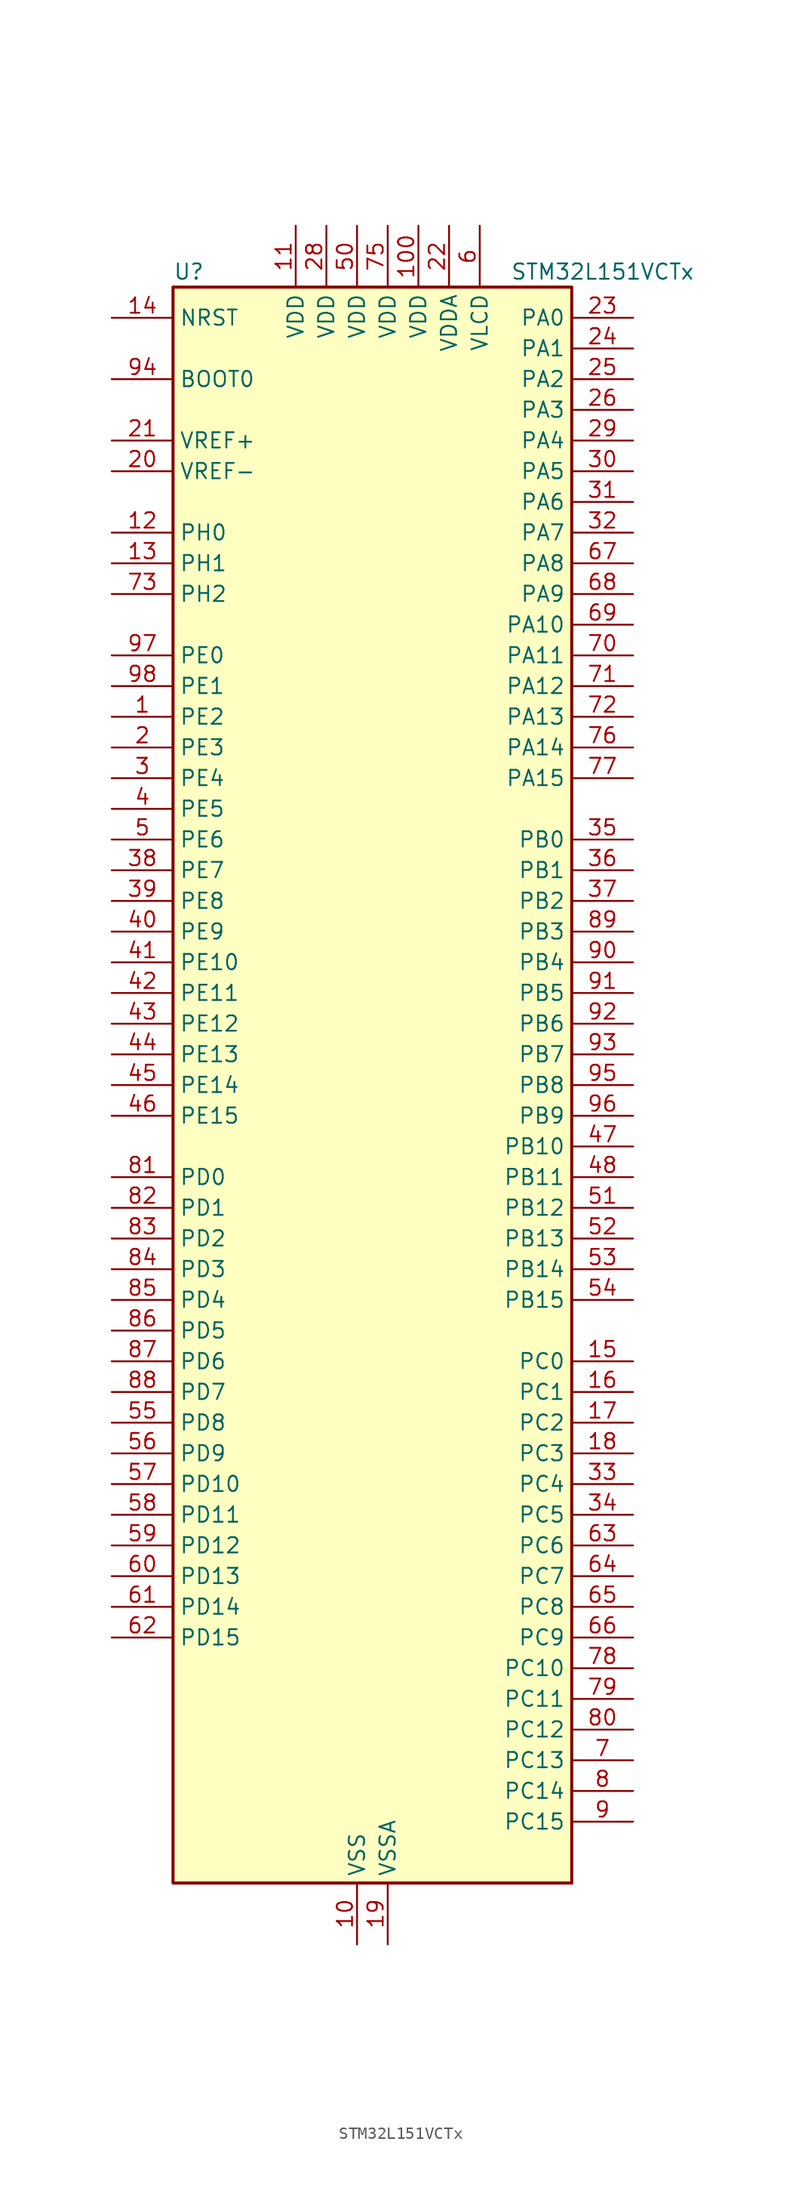
<source format=kicad_sym>
(kicad_symbol_lib
  (version 20220914)
  (generator kicad_symbol_editor)
  (symbol "STM32L151VCTx"
    (property "Reference" "U"
      (at -15.24 67.31 0)
      (effects (font (size 1.27 1.27)) (justify left)))
    (property "Value" "STM32L151VCTx"
      (at 12.7 67.31 0)
      (effects (font (size 1.27 1.27)) (justify left)))
    (property "ki_locked" ""
      (at 0 0 0)
      (effects (font (size 1.27 1.27))))
    (symbol "STM32L151VCTx_0_1"
      (rectangle (start -15.24 -66.04) (end 17.78 66.04) (stroke (width 0.254) (type default)) (fill (type background))))
    (symbol "STM32L151VCTx_1_1"
      (pin bidirectional line (at -20.32 30.48 0) (length 5.08) (name "PE2" (effects (font (size 1.27 1.27)))) (number "1" (effects (font (size 1.27 1.27)))) (alternate "SYS_TRACECK" bidirectional line) (alternate "TIM3_ETR" bidirectional line) (alternate "TIMX_IC3" bidirectional line))
      (pin power_in line (at 0 -71.12 90) (length 5.08) (name "VSS" (effects (font (size 1.27 1.27)))) (number "10" (effects (font (size 1.27 1.27)))))
      (pin power_in line (at 5.08 71.12 270) (length 5.08) (name "VDD" (effects (font (size 1.27 1.27)))) (number "100" (effects (font (size 1.27 1.27)))))
      (pin power_in line (at -5.08 71.12 270) (length 5.08) (name "VDD" (effects (font (size 1.27 1.27)))) (number "11" (effects (font (size 1.27 1.27)))))
      (pin bidirectional line (at -20.32 45.72 0) (length 5.08) (name "PH0" (effects (font (size 1.27 1.27)))) (number "12" (effects (font (size 1.27 1.27)))) (alternate "RCC_OSC_IN" bidirectional line))
      (pin bidirectional line (at -20.32 43.18 0) (length 5.08) (name "PH1" (effects (font (size 1.27 1.27)))) (number "13" (effects (font (size 1.27 1.27)))) (alternate "RCC_OSC_OUT" bidirectional line))
      (pin input line (at -20.32 63.5 0) (length 5.08) (name "NRST" (effects (font (size 1.27 1.27)))) (number "14" (effects (font (size 1.27 1.27)))))
      (pin bidirectional line (at 22.86 -22.86 180) (length 5.08) (name "PC0" (effects (font (size 1.27 1.27)))) (number "15" (effects (font (size 1.27 1.27)))) (alternate "ADC_IN10" bidirectional line) (alternate "COMP1_INP" bidirectional line) (alternate "TIMX_IC1" bidirectional line) (alternate "TS_G8_IO1" bidirectional line))
      (pin bidirectional line (at 22.86 -25.4 180) (length 5.08) (name "PC1" (effects (font (size 1.27 1.27)))) (number "16" (effects (font (size 1.27 1.27)))) (alternate "ADC_IN11" bidirectional line) (alternate "COMP1_INP" bidirectional line) (alternate "TIMX_IC2" bidirectional line) (alternate "TS_G8_IO2" bidirectional line))
      (pin bidirectional line (at 22.86 -27.94 180) (length 5.08) (name "PC2" (effects (font (size 1.27 1.27)))) (number "17" (effects (font (size 1.27 1.27)))) (alternate "ADC_IN12" bidirectional line) (alternate "COMP1_INP" bidirectional line) (alternate "TIMX_IC3" bidirectional line) (alternate "TS_G8_IO3" bidirectional line))
      (pin bidirectional line (at 22.86 -30.48 180) (length 5.08) (name "PC3" (effects (font (size 1.27 1.27)))) (number "18" (effects (font (size 1.27 1.27)))) (alternate "ADC_IN13" bidirectional line) (alternate "COMP1_INP" bidirectional line) (alternate "TIMX_IC4" bidirectional line) (alternate "TS_G8_IO4" bidirectional line))
      (pin power_in line (at 2.54 -71.12 90) (length 5.08) (name "VSSA" (effects (font (size 1.27 1.27)))) (number "19" (effects (font (size 1.27 1.27)))))
      (pin bidirectional line (at -20.32 27.94 0) (length 5.08) (name "PE3" (effects (font (size 1.27 1.27)))) (number "2" (effects (font (size 1.27 1.27)))) (alternate "SYS_TRACED0" bidirectional line) (alternate "TIM3_CH1" bidirectional line) (alternate "TIMX_IC4" bidirectional line))
      (pin input line (at -20.32 50.8 0) (length 5.08) (name "VREF-" (effects (font (size 1.27 1.27)))) (number "20" (effects (font (size 1.27 1.27)))))
      (pin input line (at -20.32 53.34 0) (length 5.08) (name "VREF+" (effects (font (size 1.27 1.27)))) (number "21" (effects (font (size 1.27 1.27)))))
      (pin power_in line (at 7.62 71.12 270) (length 5.08) (name "VDDA" (effects (font (size 1.27 1.27)))) (number "22" (effects (font (size 1.27 1.27)))))
      (pin bidirectional line (at 22.86 63.5 180) (length 5.08) (name "PA0" (effects (font (size 1.27 1.27)))) (number "23" (effects (font (size 1.27 1.27)))) (alternate "ADC_IN0" bidirectional line) (alternate "COMP1_INP" bidirectional line) (alternate "RTC_TAMP2" bidirectional line) (alternate "SYS_WKUP1" bidirectional line) (alternate "TIM2_CH1" bidirectional line) (alternate "TIM2_ETR" bidirectional line) (alternate "TIM5_CH1" bidirectional line) (alternate "TIMX_IC1" bidirectional line) (alternate "TS_G1_IO1" bidirectional line) (alternate "USART2_CTS" bidirectional line))
      (pin bidirectional line (at 22.86 60.96 180) (length 5.08) (name "PA1" (effects (font (size 1.27 1.27)))) (number "24" (effects (font (size 1.27 1.27)))) (alternate "ADC_IN1" bidirectional line) (alternate "COMP1_INP" bidirectional line) (alternate "OPAMP1_VINP" bidirectional line) (alternate "TIM2_CH2" bidirectional line) (alternate "TIM5_CH2" bidirectional line) (alternate "TIMX_IC2" bidirectional line) (alternate "TS_G1_IO2" bidirectional line) (alternate "USART2_RTS" bidirectional line))
      (pin bidirectional line (at 22.86 58.42 180) (length 5.08) (name "PA2" (effects (font (size 1.27 1.27)))) (number "25" (effects (font (size 1.27 1.27)))) (alternate "ADC_IN2" bidirectional line) (alternate "COMP1_INP" bidirectional line) (alternate "OPAMP1_VINM" bidirectional line) (alternate "TIM2_CH3" bidirectional line) (alternate "TIM5_CH3" bidirectional line) (alternate "TIM9_CH1" bidirectional line) (alternate "TIMX_IC3" bidirectional line) (alternate "TS_G1_IO3" bidirectional line) (alternate "USART2_TX" bidirectional line))
      (pin bidirectional line (at 22.86 55.88 180) (length 5.08) (name "PA3" (effects (font (size 1.27 1.27)))) (number "26" (effects (font (size 1.27 1.27)))) (alternate "ADC_IN3" bidirectional line) (alternate "COMP1_INP" bidirectional line) (alternate "OPAMP1_VOUT" bidirectional line) (alternate "TIM2_CH4" bidirectional line) (alternate "TIM5_CH4" bidirectional line) (alternate "TIM9_CH2" bidirectional line) (alternate "TIMX_IC4" bidirectional line) (alternate "TS_G1_IO4" bidirectional line) (alternate "USART2_RX" bidirectional line))
      (pin passive line (at 0 -71.12 90) (length 5.08) hide (name "VSS" (effects (font (size 1.27 1.27)))) (number "27" (effects (font (size 1.27 1.27)))))
      (pin power_in line (at -2.54 71.12 270) (length 5.08) (name "VDD" (effects (font (size 1.27 1.27)))) (number "28" (effects (font (size 1.27 1.27)))))
      (pin bidirectional line (at 22.86 53.34 180) (length 5.08) (name "PA4" (effects (font (size 1.27 1.27)))) (number "29" (effects (font (size 1.27 1.27)))) (alternate "ADC_IN4" bidirectional line) (alternate "COMP1_INP" bidirectional line) (alternate "DAC_OUT1" bidirectional line) (alternate "I2S3_WS" bidirectional line) (alternate "SPI1_NSS" bidirectional line) (alternate "SPI3_NSS" bidirectional line) (alternate "TIMX_IC1" bidirectional line) (alternate "USART2_CK" bidirectional line))
      (pin bidirectional line (at -20.32 25.4 0) (length 5.08) (name "PE4" (effects (font (size 1.27 1.27)))) (number "3" (effects (font (size 1.27 1.27)))) (alternate "SYS_TRACED1" bidirectional line) (alternate "TIM3_CH2" bidirectional line) (alternate "TIMX_IC1" bidirectional line))
      (pin bidirectional line (at 22.86 50.8 180) (length 5.08) (name "PA5" (effects (font (size 1.27 1.27)))) (number "30" (effects (font (size 1.27 1.27)))) (alternate "ADC_IN5" bidirectional line) (alternate "COMP1_INP" bidirectional line) (alternate "DAC_OUT2" bidirectional line) (alternate "SPI1_SCK" bidirectional line) (alternate "TIM2_CH1" bidirectional line) (alternate "TIM2_ETR" bidirectional line) (alternate "TIMX_IC2" bidirectional line))
      (pin bidirectional line (at 22.86 48.26 180) (length 5.08) (name "PA6" (effects (font (size 1.27 1.27)))) (number "31" (effects (font (size 1.27 1.27)))) (alternate "ADC_IN6" bidirectional line) (alternate "COMP1_INP" bidirectional line) (alternate "OPAMP2_VINP" bidirectional line) (alternate "SPI1_MISO" bidirectional line) (alternate "TIM10_CH1" bidirectional line) (alternate "TIM3_CH1" bidirectional line) (alternate "TIMX_IC3" bidirectional line) (alternate "TS_G2_IO1" bidirectional line))
      (pin bidirectional line (at 22.86 45.72 180) (length 5.08) (name "PA7" (effects (font (size 1.27 1.27)))) (number "32" (effects (font (size 1.27 1.27)))) (alternate "ADC_IN7" bidirectional line) (alternate "COMP1_INP" bidirectional line) (alternate "OPAMP2_VINM" bidirectional line) (alternate "SPI1_MOSI" bidirectional line) (alternate "TIM11_CH1" bidirectional line) (alternate "TIM3_CH2" bidirectional line) (alternate "TIMX_IC4" bidirectional line) (alternate "TS_G2_IO2" bidirectional line))
      (pin bidirectional line (at 22.86 -33.02 180) (length 5.08) (name "PC4" (effects (font (size 1.27 1.27)))) (number "33" (effects (font (size 1.27 1.27)))) (alternate "ADC_IN14" bidirectional line) (alternate "COMP1_INP" bidirectional line) (alternate "TIMX_IC1" bidirectional line) (alternate "TS_G9_IO1" bidirectional line))
      (pin bidirectional line (at 22.86 -35.56 180) (length 5.08) (name "PC5" (effects (font (size 1.27 1.27)))) (number "34" (effects (font (size 1.27 1.27)))) (alternate "ADC_IN15" bidirectional line) (alternate "COMP1_INP" bidirectional line) (alternate "TIMX_IC2" bidirectional line) (alternate "TS_G9_IO2" bidirectional line))
      (pin bidirectional line (at 22.86 20.32 180) (length 5.08) (name "PB0" (effects (font (size 1.27 1.27)))) (number "35" (effects (font (size 1.27 1.27)))) (alternate "ADC_IN8" bidirectional line) (alternate "COMP1_INP" bidirectional line) (alternate "OPAMP2_VOUT" bidirectional line) (alternate "SYS_V_REF_OUT" bidirectional line) (alternate "TIM3_CH3" bidirectional line) (alternate "TS_G3_IO1" bidirectional line))
      (pin bidirectional line (at 22.86 17.78 180) (length 5.08) (name "PB1" (effects (font (size 1.27 1.27)))) (number "36" (effects (font (size 1.27 1.27)))) (alternate "ADC_IN9" bidirectional line) (alternate "COMP1_INP" bidirectional line) (alternate "SYS_V_REF_OUT" bidirectional line) (alternate "TIM3_CH4" bidirectional line) (alternate "TS_G3_IO2" bidirectional line))
      (pin bidirectional line (at 22.86 15.24 180) (length 5.08) (name "PB2" (effects (font (size 1.27 1.27)))) (number "37" (effects (font (size 1.27 1.27)))) (alternate "TS_G3_IO3" bidirectional line))
      (pin bidirectional line (at -20.32 17.78 0) (length 5.08) (name "PE7" (effects (font (size 1.27 1.27)))) (number "38" (effects (font (size 1.27 1.27)))) (alternate "ADC_IN22" bidirectional line) (alternate "COMP1_INP" bidirectional line) (alternate "TIMX_IC4" bidirectional line))
      (pin bidirectional line (at -20.32 15.24 0) (length 5.08) (name "PE8" (effects (font (size 1.27 1.27)))) (number "39" (effects (font (size 1.27 1.27)))) (alternate "ADC_IN23" bidirectional line) (alternate "COMP1_INP" bidirectional line) (alternate "TIMX_IC1" bidirectional line))
      (pin bidirectional line (at -20.32 22.86 0) (length 5.08) (name "PE5" (effects (font (size 1.27 1.27)))) (number "4" (effects (font (size 1.27 1.27)))) (alternate "SYS_TRACED2" bidirectional line) (alternate "TIM9_CH1" bidirectional line) (alternate "TIMX_IC2" bidirectional line))
      (pin bidirectional line (at -20.32 12.7 0) (length 5.08) (name "PE9" (effects (font (size 1.27 1.27)))) (number "40" (effects (font (size 1.27 1.27)))) (alternate "ADC_IN24" bidirectional line) (alternate "COMP1_INP" bidirectional line) (alternate "DAC_EXTI9" bidirectional line) (alternate "TIM2_CH1" bidirectional line) (alternate "TIM2_ETR" bidirectional line) (alternate "TIM5_ETR" bidirectional line) (alternate "TIMX_IC2" bidirectional line))
      (pin bidirectional line (at -20.32 10.16 0) (length 5.08) (name "PE10" (effects (font (size 1.27 1.27)))) (number "41" (effects (font (size 1.27 1.27)))) (alternate "ADC_IN25" bidirectional line) (alternate "COMP1_INP" bidirectional line) (alternate "TIM2_CH2" bidirectional line) (alternate "TIMX_IC3" bidirectional line))
      (pin bidirectional line (at -20.32 7.62 0) (length 5.08) (name "PE11" (effects (font (size 1.27 1.27)))) (number "42" (effects (font (size 1.27 1.27)))) (alternate "ADC_EXTI11" bidirectional line) (alternate "TIM2_CH3" bidirectional line) (alternate "TIMX_IC4" bidirectional line))
      (pin bidirectional line (at -20.32 5.08 0) (length 5.08) (name "PE12" (effects (font (size 1.27 1.27)))) (number "43" (effects (font (size 1.27 1.27)))) (alternate "SPI1_NSS" bidirectional line) (alternate "TIM2_CH4" bidirectional line) (alternate "TIMX_IC1" bidirectional line))
      (pin bidirectional line (at -20.32 2.54 0) (length 5.08) (name "PE13" (effects (font (size 1.27 1.27)))) (number "44" (effects (font (size 1.27 1.27)))) (alternate "SPI1_SCK" bidirectional line) (alternate "TIMX_IC2" bidirectional line))
      (pin bidirectional line (at -20.32 0 0) (length 5.08) (name "PE14" (effects (font (size 1.27 1.27)))) (number "45" (effects (font (size 1.27 1.27)))) (alternate "SPI1_MISO" bidirectional line) (alternate "TIMX_IC3" bidirectional line))
      (pin bidirectional line (at -20.32 -2.54 0) (length 5.08) (name "PE15" (effects (font (size 1.27 1.27)))) (number "46" (effects (font (size 1.27 1.27)))) (alternate "ADC_EXTI15" bidirectional line) (alternate "SPI1_MOSI" bidirectional line) (alternate "TIMX_IC4" bidirectional line))
      (pin bidirectional line (at 22.86 -5.08 180) (length 5.08) (name "PB10" (effects (font (size 1.27 1.27)))) (number "47" (effects (font (size 1.27 1.27)))) (alternate "I2C2_SCL" bidirectional line) (alternate "TIM2_CH3" bidirectional line) (alternate "USART3_TX" bidirectional line))
      (pin bidirectional line (at 22.86 -7.62 180) (length 5.08) (name "PB11" (effects (font (size 1.27 1.27)))) (number "48" (effects (font (size 1.27 1.27)))) (alternate "ADC_EXTI11" bidirectional line) (alternate "I2C2_SDA" bidirectional line) (alternate "TIM2_CH4" bidirectional line) (alternate "USART3_RX" bidirectional line))
      (pin passive line (at 0 -71.12 90) (length 5.08) hide (name "VSS" (effects (font (size 1.27 1.27)))) (number "49" (effects (font (size 1.27 1.27)))))
      (pin bidirectional line (at -20.32 20.32 0) (length 5.08) (name "PE6" (effects (font (size 1.27 1.27)))) (number "5" (effects (font (size 1.27 1.27)))) (alternate "RTC_TAMP3" bidirectional line) (alternate "SYS_TRACED3" bidirectional line) (alternate "SYS_WKUP3" bidirectional line) (alternate "TIM9_CH2" bidirectional line) (alternate "TIMX_IC3" bidirectional line))
      (pin power_in line (at 0 71.12 270) (length 5.08) (name "VDD" (effects (font (size 1.27 1.27)))) (number "50" (effects (font (size 1.27 1.27)))))
      (pin bidirectional line (at 22.86 -10.16 180) (length 5.08) (name "PB12" (effects (font (size 1.27 1.27)))) (number "51" (effects (font (size 1.27 1.27)))) (alternate "ADC_IN18" bidirectional line) (alternate "COMP1_INP" bidirectional line) (alternate "I2C2_SMBA" bidirectional line) (alternate "I2S2_WS" bidirectional line) (alternate "SPI2_NSS" bidirectional line) (alternate "TIM10_CH1" bidirectional line) (alternate "TS_G7_IO1" bidirectional line) (alternate "USART3_CK" bidirectional line))
      (pin bidirectional line (at 22.86 -12.7 180) (length 5.08) (name "PB13" (effects (font (size 1.27 1.27)))) (number "52" (effects (font (size 1.27 1.27)))) (alternate "ADC_IN19" bidirectional line) (alternate "COMP1_INP" bidirectional line) (alternate "I2S2_CK" bidirectional line) (alternate "SPI2_SCK" bidirectional line) (alternate "TIM9_CH1" bidirectional line) (alternate "TS_G7_IO2" bidirectional line) (alternate "USART3_CTS" bidirectional line))
      (pin bidirectional line (at 22.86 -15.24 180) (length 5.08) (name "PB14" (effects (font (size 1.27 1.27)))) (number "53" (effects (font (size 1.27 1.27)))) (alternate "ADC_IN20" bidirectional line) (alternate "COMP1_INP" bidirectional line) (alternate "SPI2_MISO" bidirectional line) (alternate "TIM9_CH2" bidirectional line) (alternate "TS_G7_IO3" bidirectional line) (alternate "USART3_RTS" bidirectional line))
      (pin bidirectional line (at 22.86 -17.78 180) (length 5.08) (name "PB15" (effects (font (size 1.27 1.27)))) (number "54" (effects (font (size 1.27 1.27)))) (alternate "ADC_EXTI15" bidirectional line) (alternate "ADC_IN21" bidirectional line) (alternate "COMP1_INP" bidirectional line) (alternate "I2S2_SD" bidirectional line) (alternate "RTC_REFIN" bidirectional line) (alternate "SPI2_MOSI" bidirectional line) (alternate "TIM11_CH1" bidirectional line) (alternate "TS_G7_IO4" bidirectional line))
      (pin bidirectional line (at -20.32 -27.94 0) (length 5.08) (name "PD8" (effects (font (size 1.27 1.27)))) (number "55" (effects (font (size 1.27 1.27)))) (alternate "TIMX_IC1" bidirectional line) (alternate "USART3_TX" bidirectional line))
      (pin bidirectional line (at -20.32 -30.48 0) (length 5.08) (name "PD9" (effects (font (size 1.27 1.27)))) (number "56" (effects (font (size 1.27 1.27)))) (alternate "DAC_EXTI9" bidirectional line) (alternate "TIMX_IC2" bidirectional line) (alternate "USART3_RX" bidirectional line))
      (pin bidirectional line (at -20.32 -33.02 0) (length 5.08) (name "PD10" (effects (font (size 1.27 1.27)))) (number "57" (effects (font (size 1.27 1.27)))) (alternate "TIMX_IC3" bidirectional line) (alternate "USART3_CK" bidirectional line))
      (pin bidirectional line (at -20.32 -35.56 0) (length 5.08) (name "PD11" (effects (font (size 1.27 1.27)))) (number "58" (effects (font (size 1.27 1.27)))) (alternate "ADC_EXTI11" bidirectional line) (alternate "TIMX_IC4" bidirectional line) (alternate "USART3_CTS" bidirectional line))
      (pin bidirectional line (at -20.32 -38.1 0) (length 5.08) (name "PD12" (effects (font (size 1.27 1.27)))) (number "59" (effects (font (size 1.27 1.27)))) (alternate "TIM4_CH1" bidirectional line) (alternate "TIMX_IC1" bidirectional line) (alternate "USART3_RTS" bidirectional line))
      (pin power_in line (at 10.16 71.12 270) (length 5.08) (name "VLCD" (effects (font (size 1.27 1.27)))) (number "6" (effects (font (size 1.27 1.27)))))
      (pin bidirectional line (at -20.32 -40.64 0) (length 5.08) (name "PD13" (effects (font (size 1.27 1.27)))) (number "60" (effects (font (size 1.27 1.27)))) (alternate "TIM4_CH2" bidirectional line) (alternate "TIMX_IC2" bidirectional line))
      (pin bidirectional line (at -20.32 -43.18 0) (length 5.08) (name "PD14" (effects (font (size 1.27 1.27)))) (number "61" (effects (font (size 1.27 1.27)))) (alternate "TIM4_CH3" bidirectional line) (alternate "TIMX_IC3" bidirectional line))
      (pin bidirectional line (at -20.32 -45.72 0) (length 5.08) (name "PD15" (effects (font (size 1.27 1.27)))) (number "62" (effects (font (size 1.27 1.27)))) (alternate "ADC_EXTI15" bidirectional line) (alternate "TIM4_CH4" bidirectional line) (alternate "TIMX_IC4" bidirectional line))
      (pin bidirectional line (at 22.86 -38.1 180) (length 5.08) (name "PC6" (effects (font (size 1.27 1.27)))) (number "63" (effects (font (size 1.27 1.27)))) (alternate "I2S2_MCK" bidirectional line) (alternate "TIM3_CH1" bidirectional line) (alternate "TIMX_IC3" bidirectional line) (alternate "TS_G10_IO1" bidirectional line))
      (pin bidirectional line (at 22.86 -40.64 180) (length 5.08) (name "PC7" (effects (font (size 1.27 1.27)))) (number "64" (effects (font (size 1.27 1.27)))) (alternate "I2S3_MCK" bidirectional line) (alternate "TIM3_CH2" bidirectional line) (alternate "TIMX_IC4" bidirectional line) (alternate "TS_G10_IO2" bidirectional line))
      (pin bidirectional line (at 22.86 -43.18 180) (length 5.08) (name "PC8" (effects (font (size 1.27 1.27)))) (number "65" (effects (font (size 1.27 1.27)))) (alternate "TIM3_CH3" bidirectional line) (alternate "TIMX_IC1" bidirectional line) (alternate "TS_G10_IO3" bidirectional line))
      (pin bidirectional line (at 22.86 -45.72 180) (length 5.08) (name "PC9" (effects (font (size 1.27 1.27)))) (number "66" (effects (font (size 1.27 1.27)))) (alternate "DAC_EXTI9" bidirectional line) (alternate "TIM3_CH4" bidirectional line) (alternate "TIMX_IC2" bidirectional line) (alternate "TS_G10_IO4" bidirectional line))
      (pin bidirectional line (at 22.86 43.18 180) (length 5.08) (name "PA8" (effects (font (size 1.27 1.27)))) (number "67" (effects (font (size 1.27 1.27)))) (alternate "RCC_MCO" bidirectional line) (alternate "TIMX_IC1" bidirectional line) (alternate "TS_G4_IO1" bidirectional line) (alternate "USART1_CK" bidirectional line))
      (pin bidirectional line (at 22.86 40.64 180) (length 5.08) (name "PA9" (effects (font (size 1.27 1.27)))) (number "68" (effects (font (size 1.27 1.27)))) (alternate "DAC_EXTI9" bidirectional line) (alternate "TIMX_IC2" bidirectional line) (alternate "TS_G4_IO2" bidirectional line) (alternate "USART1_TX" bidirectional line))
      (pin bidirectional line (at 22.86 38.1 180) (length 5.08) (name "PA10" (effects (font (size 1.27 1.27)))) (number "69" (effects (font (size 1.27 1.27)))) (alternate "TIMX_IC3" bidirectional line) (alternate "TS_G4_IO3" bidirectional line) (alternate "USART1_RX" bidirectional line))
      (pin bidirectional line (at 22.86 -55.88 180) (length 5.08) (name "PC13" (effects (font (size 1.27 1.27)))) (number "7" (effects (font (size 1.27 1.27)))) (alternate "RTC_OUT_ALARM" bidirectional line) (alternate "RTC_OUT_CALIB" bidirectional line) (alternate "RTC_TAMP1" bidirectional line) (alternate "RTC_TS" bidirectional line) (alternate "SYS_WKUP2" bidirectional line) (alternate "TIMX_IC2" bidirectional line))
      (pin bidirectional line (at 22.86 35.56 180) (length 5.08) (name "PA11" (effects (font (size 1.27 1.27)))) (number "70" (effects (font (size 1.27 1.27)))) (alternate "ADC_EXTI11" bidirectional line) (alternate "SPI1_MISO" bidirectional line) (alternate "TIMX_IC4" bidirectional line) (alternate "USART1_CTS" bidirectional line) (alternate "USB_DM" bidirectional line))
      (pin bidirectional line (at 22.86 33.02 180) (length 5.08) (name "PA12" (effects (font (size 1.27 1.27)))) (number "71" (effects (font (size 1.27 1.27)))) (alternate "SPI1_MOSI" bidirectional line) (alternate "TIMX_IC1" bidirectional line) (alternate "USART1_RTS" bidirectional line) (alternate "USB_DP" bidirectional line))
      (pin bidirectional line (at 22.86 30.48 180) (length 5.08) (name "PA13" (effects (font (size 1.27 1.27)))) (number "72" (effects (font (size 1.27 1.27)))) (alternate "SYS_JTMS-SWDIO" bidirectional line) (alternate "TIMX_IC2" bidirectional line) (alternate "TS_G5_IO1" bidirectional line))
      (pin bidirectional line (at -20.32 40.64 0) (length 5.08) (name "PH2" (effects (font (size 1.27 1.27)))) (number "73" (effects (font (size 1.27 1.27)))))
      (pin passive line (at 0 -71.12 90) (length 5.08) hide (name "VSS" (effects (font (size 1.27 1.27)))) (number "74" (effects (font (size 1.27 1.27)))))
      (pin power_in line (at 2.54 71.12 270) (length 5.08) (name "VDD" (effects (font (size 1.27 1.27)))) (number "75" (effects (font (size 1.27 1.27)))))
      (pin bidirectional line (at 22.86 27.94 180) (length 5.08) (name "PA14" (effects (font (size 1.27 1.27)))) (number "76" (effects (font (size 1.27 1.27)))) (alternate "SYS_JTCK-SWCLK" bidirectional line) (alternate "TIMX_IC3" bidirectional line) (alternate "TS_G5_IO2" bidirectional line))
      (pin bidirectional line (at 22.86 25.4 180) (length 5.08) (name "PA15" (effects (font (size 1.27 1.27)))) (number "77" (effects (font (size 1.27 1.27)))) (alternate "ADC_EXTI15" bidirectional line) (alternate "I2S3_WS" bidirectional line) (alternate "SPI1_NSS" bidirectional line) (alternate "SPI3_NSS" bidirectional line) (alternate "SYS_JTDI" bidirectional line) (alternate "TIM2_CH1" bidirectional line) (alternate "TIM2_ETR" bidirectional line) (alternate "TIMX_IC4" bidirectional line) (alternate "TS_G5_IO3" bidirectional line))
      (pin bidirectional line (at 22.86 -48.26 180) (length 5.08) (name "PC10" (effects (font (size 1.27 1.27)))) (number "78" (effects (font (size 1.27 1.27)))) (alternate "I2S3_CK" bidirectional line) (alternate "SPI3_SCK" bidirectional line) (alternate "TIMX_IC3" bidirectional line) (alternate "USART3_TX" bidirectional line))
      (pin bidirectional line (at 22.86 -50.8 180) (length 5.08) (name "PC11" (effects (font (size 1.27 1.27)))) (number "79" (effects (font (size 1.27 1.27)))) (alternate "ADC_EXTI11" bidirectional line) (alternate "SPI3_MISO" bidirectional line) (alternate "TIMX_IC4" bidirectional line) (alternate "USART3_RX" bidirectional line))
      (pin bidirectional line (at 22.86 -58.42 180) (length 5.08) (name "PC14" (effects (font (size 1.27 1.27)))) (number "8" (effects (font (size 1.27 1.27)))) (alternate "RCC_OSC32_IN" bidirectional line) (alternate "TIMX_IC3" bidirectional line))
      (pin bidirectional line (at 22.86 -53.34 180) (length 5.08) (name "PC12" (effects (font (size 1.27 1.27)))) (number "80" (effects (font (size 1.27 1.27)))) (alternate "I2S3_SD" bidirectional line) (alternate "SPI3_MOSI" bidirectional line) (alternate "TIMX_IC1" bidirectional line) (alternate "USART3_CK" bidirectional line))
      (pin bidirectional line (at -20.32 -7.62 0) (length 5.08) (name "PD0" (effects (font (size 1.27 1.27)))) (number "81" (effects (font (size 1.27 1.27)))) (alternate "I2S2_WS" bidirectional line) (alternate "SPI2_NSS" bidirectional line) (alternate "TIM9_CH1" bidirectional line) (alternate "TIMX_IC1" bidirectional line))
      (pin bidirectional line (at -20.32 -10.16 0) (length 5.08) (name "PD1" (effects (font (size 1.27 1.27)))) (number "82" (effects (font (size 1.27 1.27)))) (alternate "I2S2_CK" bidirectional line) (alternate "SPI2_SCK" bidirectional line) (alternate "TIMX_IC2" bidirectional line))
      (pin bidirectional line (at -20.32 -12.7 0) (length 5.08) (name "PD2" (effects (font (size 1.27 1.27)))) (number "83" (effects (font (size 1.27 1.27)))) (alternate "TIM3_ETR" bidirectional line) (alternate "TIMX_IC3" bidirectional line))
      (pin bidirectional line (at -20.32 -15.24 0) (length 5.08) (name "PD3" (effects (font (size 1.27 1.27)))) (number "84" (effects (font (size 1.27 1.27)))) (alternate "SPI2_MISO" bidirectional line) (alternate "TIMX_IC4" bidirectional line) (alternate "USART2_CTS" bidirectional line))
      (pin bidirectional line (at -20.32 -17.78 0) (length 5.08) (name "PD4" (effects (font (size 1.27 1.27)))) (number "85" (effects (font (size 1.27 1.27)))) (alternate "I2S2_SD" bidirectional line) (alternate "SPI2_MOSI" bidirectional line) (alternate "TIMX_IC1" bidirectional line) (alternate "USART2_RTS" bidirectional line))
      (pin bidirectional line (at -20.32 -20.32 0) (length 5.08) (name "PD5" (effects (font (size 1.27 1.27)))) (number "86" (effects (font (size 1.27 1.27)))) (alternate "TIMX_IC2" bidirectional line) (alternate "USART2_TX" bidirectional line))
      (pin bidirectional line (at -20.32 -22.86 0) (length 5.08) (name "PD6" (effects (font (size 1.27 1.27)))) (number "87" (effects (font (size 1.27 1.27)))) (alternate "TIMX_IC3" bidirectional line) (alternate "USART2_RX" bidirectional line))
      (pin bidirectional line (at -20.32 -25.4 0) (length 5.08) (name "PD7" (effects (font (size 1.27 1.27)))) (number "88" (effects (font (size 1.27 1.27)))) (alternate "TIM9_CH2" bidirectional line) (alternate "TIMX_IC4" bidirectional line) (alternate "USART2_CK" bidirectional line))
      (pin bidirectional line (at 22.86 12.7 180) (length 5.08) (name "PB3" (effects (font (size 1.27 1.27)))) (number "89" (effects (font (size 1.27 1.27)))) (alternate "COMP2_INM" bidirectional line) (alternate "I2S3_CK" bidirectional line) (alternate "SPI1_SCK" bidirectional line) (alternate "SPI3_SCK" bidirectional line) (alternate "SYS_JTDO-TRACESWO" bidirectional line) (alternate "TIM2_CH2" bidirectional line))
      (pin bidirectional line (at 22.86 -60.96 180) (length 5.08) (name "PC15" (effects (font (size 1.27 1.27)))) (number "9" (effects (font (size 1.27 1.27)))) (alternate "ADC_EXTI15" bidirectional line) (alternate "RCC_OSC32_OUT" bidirectional line) (alternate "TIMX_IC4" bidirectional line))
      (pin bidirectional line (at 22.86 10.16 180) (length 5.08) (name "PB4" (effects (font (size 1.27 1.27)))) (number "90" (effects (font (size 1.27 1.27)))) (alternate "COMP2_INP" bidirectional line) (alternate "SPI1_MISO" bidirectional line) (alternate "SPI3_MISO" bidirectional line) (alternate "SYS_JTRST" bidirectional line) (alternate "TIM3_CH1" bidirectional line) (alternate "TS_G6_IO1" bidirectional line))
      (pin bidirectional line (at 22.86 7.62 180) (length 5.08) (name "PB5" (effects (font (size 1.27 1.27)))) (number "91" (effects (font (size 1.27 1.27)))) (alternate "COMP2_INP" bidirectional line) (alternate "I2C1_SMBA" bidirectional line) (alternate "I2S3_SD" bidirectional line) (alternate "SPI1_MOSI" bidirectional line) (alternate "SPI3_MOSI" bidirectional line) (alternate "TIM3_CH2" bidirectional line) (alternate "TS_G6_IO2" bidirectional line))
      (pin bidirectional line (at 22.86 5.08 180) (length 5.08) (name "PB6" (effects (font (size 1.27 1.27)))) (number "92" (effects (font (size 1.27 1.27)))) (alternate "COMP2_INP" bidirectional line) (alternate "I2C1_SCL" bidirectional line) (alternate "TIM4_CH1" bidirectional line) (alternate "TS_G6_IO3" bidirectional line) (alternate "USART1_TX" bidirectional line))
      (pin bidirectional line (at 22.86 2.54 180) (length 5.08) (name "PB7" (effects (font (size 1.27 1.27)))) (number "93" (effects (font (size 1.27 1.27)))) (alternate "COMP2_INP" bidirectional line) (alternate "I2C1_SDA" bidirectional line) (alternate "SYS_PVD_IN" bidirectional line) (alternate "TIM4_CH2" bidirectional line) (alternate "TS_G6_IO4" bidirectional line) (alternate "USART1_RX" bidirectional line))
      (pin input line (at -20.32 58.42 0) (length 5.08) (name "BOOT0" (effects (font (size 1.27 1.27)))) (number "94" (effects (font (size 1.27 1.27)))))
      (pin bidirectional line (at 22.86 0 180) (length 5.08) (name "PB8" (effects (font (size 1.27 1.27)))) (number "95" (effects (font (size 1.27 1.27)))) (alternate "I2C1_SCL" bidirectional line) (alternate "TIM10_CH1" bidirectional line) (alternate "TIM4_CH3" bidirectional line))
      (pin bidirectional line (at 22.86 -2.54 180) (length 5.08) (name "PB9" (effects (font (size 1.27 1.27)))) (number "96" (effects (font (size 1.27 1.27)))) (alternate "DAC_EXTI9" bidirectional line) (alternate "I2C1_SDA" bidirectional line) (alternate "TIM11_CH1" bidirectional line) (alternate "TIM4_CH4" bidirectional line))
      (pin bidirectional line (at -20.32 35.56 0) (length 5.08) (name "PE0" (effects (font (size 1.27 1.27)))) (number "97" (effects (font (size 1.27 1.27)))) (alternate "TIM10_CH1" bidirectional line) (alternate "TIM4_ETR" bidirectional line) (alternate "TIMX_IC1" bidirectional line))
      (pin bidirectional line (at -20.32 33.02 0) (length 5.08) (name "PE1" (effects (font (size 1.27 1.27)))) (number "98" (effects (font (size 1.27 1.27)))) (alternate "TIM11_CH1" bidirectional line) (alternate "TIMX_IC2" bidirectional line))
      (pin passive line (at 0 -71.12 90) (length 5.08) hide (name "VSS" (effects (font (size 1.27 1.27)))) (number "99" (effects (font (size 1.27 1.27))))))))
</source>
